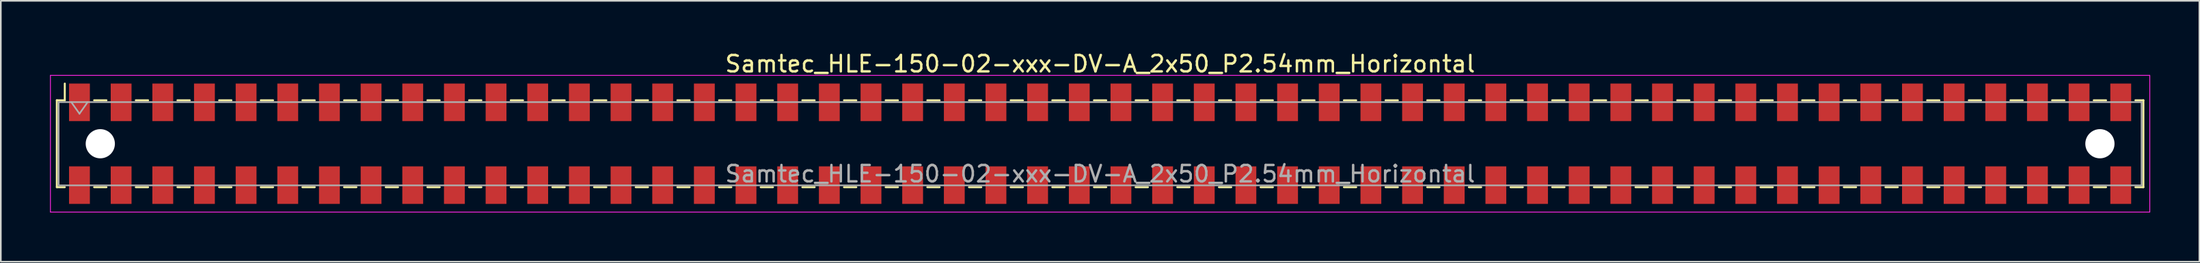
<source format=kicad_pcb>
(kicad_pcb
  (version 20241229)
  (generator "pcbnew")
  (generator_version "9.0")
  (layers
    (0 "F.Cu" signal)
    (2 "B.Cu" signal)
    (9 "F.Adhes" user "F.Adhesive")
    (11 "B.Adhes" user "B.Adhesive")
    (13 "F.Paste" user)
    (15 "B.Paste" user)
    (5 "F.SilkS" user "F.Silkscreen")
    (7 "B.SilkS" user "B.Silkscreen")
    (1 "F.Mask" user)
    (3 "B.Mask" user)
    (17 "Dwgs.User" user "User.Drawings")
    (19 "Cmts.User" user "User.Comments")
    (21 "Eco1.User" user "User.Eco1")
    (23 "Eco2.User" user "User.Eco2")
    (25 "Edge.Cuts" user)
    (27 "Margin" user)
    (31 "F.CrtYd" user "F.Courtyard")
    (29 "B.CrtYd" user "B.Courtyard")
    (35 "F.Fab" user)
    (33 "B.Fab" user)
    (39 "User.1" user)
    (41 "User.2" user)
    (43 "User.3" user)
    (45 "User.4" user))
  (footprint "Samtec_HLE-150-02-xxx-DV-A_2x50_P2.54mm_Horizontal"
    (layer "F.Cu")
    (at 64.025 5.718)
    (property "Reference" "Samtec_HLE-150-02-xxx-DV-A_2x50_P2.54mm_Horizontal" (at 0 -4.87 0) (layer "F.SilkS") (effects (font (size 1 1) (thickness 0.15))))
    (attr smd)
    (fp_line (start -63.61 -2.65) (end -63.61 2.65) (stroke (width 0.12) (type solid)) (layer "F.SilkS"))
    (fp_line (start -63.61 2.65) (end -63.125 2.65) (stroke (width 0.12) (type solid)) (layer "F.SilkS"))
    (fp_line (start -63.125 -3.67) (end -63.125 -2.65) (stroke (width 0.12) (type solid)) (layer "F.SilkS"))
    (fp_line (start -63.125 -2.65) (end -63.61 -2.65) (stroke (width 0.12) (type solid)) (layer "F.SilkS"))
    (fp_line (start -61.335 -2.65) (end -60.585 -2.65) (stroke (width 0.12) (type solid)) (layer "F.SilkS"))
    (fp_line (start -61.335 2.65) (end -60.585 2.65) (stroke (width 0.12) (type solid)) (layer "F.SilkS"))
    (fp_line (start -58.795 -2.65) (end -58.045 -2.65) (stroke (width 0.12) (type solid)) (layer "F.SilkS"))
    (fp_line (start -58.795 2.65) (end -58.045 2.65) (stroke (width 0.12) (type solid)) (layer "F.SilkS"))
    (fp_line (start -56.255 -2.65) (end -55.505 -2.65) (stroke (width 0.12) (type solid)) (layer "F.SilkS"))
    (fp_line (start -56.255 2.65) (end -55.505 2.65) (stroke (width 0.12) (type solid)) (layer "F.SilkS"))
    (fp_line (start -53.715 -2.65) (end -52.965 -2.65) (stroke (width 0.12) (type solid)) (layer "F.SilkS"))
    (fp_line (start -53.715 2.65) (end -52.965 2.65) (stroke (width 0.12) (type solid)) (layer "F.SilkS"))
    (fp_line (start -51.175 -2.65) (end -50.425 -2.65) (stroke (width 0.12) (type solid)) (layer "F.SilkS"))
    (fp_line (start -51.175 2.65) (end -50.425 2.65) (stroke (width 0.12) (type solid)) (layer "F.SilkS"))
    (fp_line (start -48.635 -2.65) (end -47.885 -2.65) (stroke (width 0.12) (type solid)) (layer "F.SilkS"))
    (fp_line (start -48.635 2.65) (end -47.885 2.65) (stroke (width 0.12) (type solid)) (layer "F.SilkS"))
    (fp_line (start -46.095 -2.65) (end -45.345 -2.65) (stroke (width 0.12) (type solid)) (layer "F.SilkS"))
    (fp_line (start -46.095 2.65) (end -45.345 2.65) (stroke (width 0.12) (type solid)) (layer "F.SilkS"))
    (fp_line (start -43.555 -2.65) (end -42.805 -2.65) (stroke (width 0.12) (type solid)) (layer "F.SilkS"))
    (fp_line (start -43.555 2.65) (end -42.805 2.65) (stroke (width 0.12) (type solid)) (layer "F.SilkS"))
    (fp_line (start -41.015 -2.65) (end -40.265 -2.65) (stroke (width 0.12) (type solid)) (layer "F.SilkS"))
    (fp_line (start -41.015 2.65) (end -40.265 2.65) (stroke (width 0.12) (type solid)) (layer "F.SilkS"))
    (fp_line (start -38.475 -2.65) (end -37.725 -2.65) (stroke (width 0.12) (type solid)) (layer "F.SilkS"))
    (fp_line (start -38.475 2.65) (end -37.725 2.65) (stroke (width 0.12) (type solid)) (layer "F.SilkS"))
    (fp_line (start -35.935 -2.65) (end -35.185 -2.65) (stroke (width 0.12) (type solid)) (layer "F.SilkS"))
    (fp_line (start -35.935 2.65) (end -35.185 2.65) (stroke (width 0.12) (type solid)) (layer "F.SilkS"))
    (fp_line (start -33.395 -2.65) (end -32.645 -2.65) (stroke (width 0.12) (type solid)) (layer "F.SilkS"))
    (fp_line (start -33.395 2.65) (end -32.645 2.65) (stroke (width 0.12) (type solid)) (layer "F.SilkS"))
    (fp_line (start -30.855 -2.65) (end -30.105 -2.65) (stroke (width 0.12) (type solid)) (layer "F.SilkS"))
    (fp_line (start -30.855 2.65) (end -30.105 2.65) (stroke (width 0.12) (type solid)) (layer "F.SilkS"))
    (fp_line (start -28.315 -2.65) (end -27.565 -2.65) (stroke (width 0.12) (type solid)) (layer "F.SilkS"))
    (fp_line (start -28.315 2.65) (end -27.565 2.65) (stroke (width 0.12) (type solid)) (layer "F.SilkS"))
    (fp_line (start -25.775 -2.65) (end -25.025 -2.65) (stroke (width 0.12) (type solid)) (layer "F.SilkS"))
    (fp_line (start -25.775 2.65) (end -25.025 2.65) (stroke (width 0.12) (type solid)) (layer "F.SilkS"))
    (fp_line (start -23.235 -2.65) (end -22.485 -2.65) (stroke (width 0.12) (type solid)) (layer "F.SilkS"))
    (fp_line (start -23.235 2.65) (end -22.485 2.65) (stroke (width 0.12) (type solid)) (layer "F.SilkS"))
    (fp_line (start -20.695 -2.65) (end -19.945 -2.65) (stroke (width 0.12) (type solid)) (layer "F.SilkS"))
    (fp_line (start -20.695 2.65) (end -19.945 2.65) (stroke (width 0.12) (type solid)) (layer "F.SilkS"))
    (fp_line (start -18.155 -2.65) (end -17.405 -2.65) (stroke (width 0.12) (type solid)) (layer "F.SilkS"))
    (fp_line (start -18.155 2.65) (end -17.405 2.65) (stroke (width 0.12) (type solid)) (layer "F.SilkS"))
    (fp_line (start -15.615 -2.65) (end -14.865 -2.65) (stroke (width 0.12) (type solid)) (layer "F.SilkS"))
    (fp_line (start -15.615 2.65) (end -14.865 2.65) (stroke (width 0.12) (type solid)) (layer "F.SilkS"))
    (fp_line (start -13.075 -2.65) (end -12.325 -2.65) (stroke (width 0.12) (type solid)) (layer "F.SilkS"))
    (fp_line (start -13.075 2.65) (end -12.325 2.65) (stroke (width 0.12) (type solid)) (layer "F.SilkS"))
    (fp_line (start -10.535 -2.65) (end -9.785 -2.65) (stroke (width 0.12) (type solid)) (layer "F.SilkS"))
    (fp_line (start -10.535 2.65) (end -9.785 2.65) (stroke (width 0.12) (type solid)) (layer "F.SilkS"))
    (fp_line (start -7.995 -2.65) (end -7.245 -2.65) (stroke (width 0.12) (type solid)) (layer "F.SilkS"))
    (fp_line (start -7.995 2.65) (end -7.245 2.65) (stroke (width 0.12) (type solid)) (layer "F.SilkS"))
    (fp_line (start -5.455 -2.65) (end -4.705 -2.65) (stroke (width 0.12) (type solid)) (layer "F.SilkS"))
    (fp_line (start -5.455 2.65) (end -4.705 2.65) (stroke (width 0.12) (type solid)) (layer "F.SilkS"))
    (fp_line (start -2.915 -2.65) (end -2.165 -2.65) (stroke (width 0.12) (type solid)) (layer "F.SilkS"))
    (fp_line (start -2.915 2.65) (end -2.165 2.65) (stroke (width 0.12) (type solid)) (layer "F.SilkS"))
    (fp_line (start -0.375 -2.65) (end 0.375 -2.65) (stroke (width 0.12) (type solid)) (layer "F.SilkS"))
    (fp_line (start -0.375 2.65) (end 0.375 2.65) (stroke (width 0.12) (type solid)) (layer "F.SilkS"))
    (fp_line (start 2.165 -2.65) (end 2.915 -2.65) (stroke (width 0.12) (type solid)) (layer "F.SilkS"))
    (fp_line (start 2.165 2.65) (end 2.915 2.65) (stroke (width 0.12) (type solid)) (layer "F.SilkS"))
    (fp_line (start 4.705 -2.65) (end 5.455 -2.65) (stroke (width 0.12) (type solid)) (layer "F.SilkS"))
    (fp_line (start 4.705 2.65) (end 5.455 2.65) (stroke (width 0.12) (type solid)) (layer "F.SilkS"))
    (fp_line (start 7.245 -2.65) (end 7.995 -2.65) (stroke (width 0.12) (type solid)) (layer "F.SilkS"))
    (fp_line (start 7.245 2.65) (end 7.995 2.65) (stroke (width 0.12) (type solid)) (layer "F.SilkS"))
    (fp_line (start 9.785 -2.65) (end 10.535 -2.65) (stroke (width 0.12) (type solid)) (layer "F.SilkS"))
    (fp_line (start 9.785 2.65) (end 10.535 2.65) (stroke (width 0.12) (type solid)) (layer "F.SilkS"))
    (fp_line (start 12.325 -2.65) (end 13.075 -2.65) (stroke (width 0.12) (type solid)) (layer "F.SilkS"))
    (fp_line (start 12.325 2.65) (end 13.075 2.65) (stroke (width 0.12) (type solid)) (layer "F.SilkS"))
    (fp_line (start 14.865 -2.65) (end 15.615 -2.65) (stroke (width 0.12) (type solid)) (layer "F.SilkS"))
    (fp_line (start 14.865 2.65) (end 15.615 2.65) (stroke (width 0.12) (type solid)) (layer "F.SilkS"))
    (fp_line (start 17.405 -2.65) (end 18.155 -2.65) (stroke (width 0.12) (type solid)) (layer "F.SilkS"))
    (fp_line (start 17.405 2.65) (end 18.155 2.65) (stroke (width 0.12) (type solid)) (layer "F.SilkS"))
    (fp_line (start 19.945 -2.65) (end 20.695 -2.65) (stroke (width 0.12) (type solid)) (layer "F.SilkS"))
    (fp_line (start 19.945 2.65) (end 20.695 2.65) (stroke (width 0.12) (type solid)) (layer "F.SilkS"))
    (fp_line (start 22.485 -2.65) (end 23.235 -2.65) (stroke (width 0.12) (type solid)) (layer "F.SilkS"))
    (fp_line (start 22.485 2.65) (end 23.235 2.65) (stroke (width 0.12) (type solid)) (layer "F.SilkS"))
    (fp_line (start 25.025 -2.65) (end 25.775 -2.65) (stroke (width 0.12) (type solid)) (layer "F.SilkS"))
    (fp_line (start 25.025 2.65) (end 25.775 2.65) (stroke (width 0.12) (type solid)) (layer "F.SilkS"))
    (fp_line (start 27.565 -2.65) (end 28.315 -2.65) (stroke (width 0.12) (type solid)) (layer "F.SilkS"))
    (fp_line (start 27.565 2.65) (end 28.315 2.65) (stroke (width 0.12) (type solid)) (layer "F.SilkS"))
    (fp_line (start 30.105 -2.65) (end 30.855 -2.65) (stroke (width 0.12) (type solid)) (layer "F.SilkS"))
    (fp_line (start 30.105 2.65) (end 30.855 2.65) (stroke (width 0.12) (type solid)) (layer "F.SilkS"))
    (fp_line (start 32.645 -2.65) (end 33.395 -2.65) (stroke (width 0.12) (type solid)) (layer "F.SilkS"))
    (fp_line (start 32.645 2.65) (end 33.395 2.65) (stroke (width 0.12) (type solid)) (layer "F.SilkS"))
    (fp_line (start 35.185 -2.65) (end 35.935 -2.65) (stroke (width 0.12) (type solid)) (layer "F.SilkS"))
    (fp_line (start 35.185 2.65) (end 35.935 2.65) (stroke (width 0.12) (type solid)) (layer "F.SilkS"))
    (fp_line (start 37.725 -2.65) (end 38.475 -2.65) (stroke (width 0.12) (type solid)) (layer "F.SilkS"))
    (fp_line (start 37.725 2.65) (end 38.475 2.65) (stroke (width 0.12) (type solid)) (layer "F.SilkS"))
    (fp_line (start 40.265 -2.65) (end 41.015 -2.65) (stroke (width 0.12) (type solid)) (layer "F.SilkS"))
    (fp_line (start 40.265 2.65) (end 41.015 2.65) (stroke (width 0.12) (type solid)) (layer "F.SilkS"))
    (fp_line (start 42.805 -2.65) (end 43.555 -2.65) (stroke (width 0.12) (type solid)) (layer "F.SilkS"))
    (fp_line (start 42.805 2.65) (end 43.555 2.65) (stroke (width 0.12) (type solid)) (layer "F.SilkS"))
    (fp_line (start 45.345 -2.65) (end 46.095 -2.65) (stroke (width 0.12) (type solid)) (layer "F.SilkS"))
    (fp_line (start 45.345 2.65) (end 46.095 2.65) (stroke (width 0.12) (type solid)) (layer "F.SilkS"))
    (fp_line (start 47.885 -2.65) (end 48.635 -2.65) (stroke (width 0.12) (type solid)) (layer "F.SilkS"))
    (fp_line (start 47.885 2.65) (end 48.635 2.65) (stroke (width 0.12) (type solid)) (layer "F.SilkS"))
    (fp_line (start 50.425 -2.65) (end 51.175 -2.65) (stroke (width 0.12) (type solid)) (layer "F.SilkS"))
    (fp_line (start 50.425 2.65) (end 51.175 2.65) (stroke (width 0.12) (type solid)) (layer "F.SilkS"))
    (fp_line (start 52.965 -2.65) (end 53.715 -2.65) (stroke (width 0.12) (type solid)) (layer "F.SilkS"))
    (fp_line (start 52.965 2.65) (end 53.715 2.65) (stroke (width 0.12) (type solid)) (layer "F.SilkS"))
    (fp_line (start 55.505 -2.65) (end 56.255 -2.65) (stroke (width 0.12) (type solid)) (layer "F.SilkS"))
    (fp_line (start 55.505 2.65) (end 56.255 2.65) (stroke (width 0.12) (type solid)) (layer "F.SilkS"))
    (fp_line (start 58.045 -2.65) (end 58.795 -2.65) (stroke (width 0.12) (type solid)) (layer "F.SilkS"))
    (fp_line (start 58.045 2.65) (end 58.795 2.65) (stroke (width 0.12) (type solid)) (layer "F.SilkS"))
    (fp_line (start 60.585 -2.65) (end 61.335 -2.65) (stroke (width 0.12) (type solid)) (layer "F.SilkS"))
    (fp_line (start 60.585 2.65) (end 61.335 2.65) (stroke (width 0.12) (type solid)) (layer "F.SilkS"))
    (fp_line (start 63.125 -2.65) (end 63.61 -2.65) (stroke (width 0.12) (type solid)) (layer "F.SilkS"))
    (fp_line (start 63.61 -2.65) (end 63.61 2.65) (stroke (width 0.12) (type solid)) (layer "F.SilkS"))
    (fp_line (start 63.61 2.65) (end 63.125 2.65) (stroke (width 0.12) (type solid)) (layer "F.SilkS"))
    (fp_line (start -64 -4.17) (end 64 -4.17) (stroke (width 0.05) (type solid)) (layer "F.CrtYd"))
    (fp_line (start -64 4.17) (end -64 -4.17) (stroke (width 0.05) (type solid)) (layer "F.CrtYd"))
    (fp_line (start 64 -4.17) (end 64 4.17) (stroke (width 0.05) (type solid)) (layer "F.CrtYd"))
    (fp_line (start 64 4.17) (end -64 4.17) (stroke (width 0.05) (type solid)) (layer "F.CrtYd"))
    (fp_line (start -63.5 -2.54) (end 63.5 -2.54) (stroke (width 0.1) (type solid)) (layer "F.Fab"))
    (fp_line (start -63.5 2.54) (end -63.5 -2.54) (stroke (width 0.1) (type solid)) (layer "F.Fab"))
    (fp_line (start -62.73 -2.54) (end -62.23 -1.833) (stroke (width 0.1) (type solid)) (layer "F.Fab"))
    (fp_line (start -62.23 -1.833) (end -61.73 -2.54) (stroke (width 0.1) (type solid)) (layer "F.Fab"))
    (fp_line (start 63.5 -2.54) (end 63.5 2.54) (stroke (width 0.1) (type solid)) (layer "F.Fab"))
    (fp_line (start 63.5 2.54) (end -63.5 2.54) (stroke (width 0.1) (type solid)) (layer "F.Fab"))
    (fp_text user "${REFERENCE}" (at 0 1.84 0) (layer "F.Fab") (effects (font (size 1 1) (thickness 0.15))))
    (pad "" np_thru_hole circle (at -60.96 0) (size 1.78 1.78) (drill 1.78) (layers "*.Cu" "*.Mask"))
    (pad "" np_thru_hole circle (at 60.96 0) (size 1.78 1.78) (drill 1.78) (layers "*.Cu" "*.Mask"))
    (pad "1" smd rect (at -62.23 -2.525) (size 1.27 2.29) (layers "F.Cu" "F.Mask" "F.Paste"))
    (pad "2" smd rect (at -62.23 2.525) (size 1.27 2.29) (layers "F.Cu" "F.Mask" "F.Paste"))
    (pad "3" smd rect (at -59.69 -2.525) (size 1.27 2.29) (layers "F.Cu" "F.Mask" "F.Paste"))
    (pad "4" smd rect (at -59.69 2.525) (size 1.27 2.29) (layers "F.Cu" "F.Mask" "F.Paste"))
    (pad "5" smd rect (at -57.15 -2.525) (size 1.27 2.29) (layers "F.Cu" "F.Mask" "F.Paste"))
    (pad "6" smd rect (at -57.15 2.525) (size 1.27 2.29) (layers "F.Cu" "F.Mask" "F.Paste"))
    (pad "7" smd rect (at -54.61 -2.525) (size 1.27 2.29) (layers "F.Cu" "F.Mask" "F.Paste"))
    (pad "8" smd rect (at -54.61 2.525) (size 1.27 2.29) (layers "F.Cu" "F.Mask" "F.Paste"))
    (pad "9" smd rect (at -52.07 -2.525) (size 1.27 2.29) (layers "F.Cu" "F.Mask" "F.Paste"))
    (pad "10" smd rect (at -52.07 2.525) (size 1.27 2.29) (layers "F.Cu" "F.Mask" "F.Paste"))
    (pad "11" smd rect (at -49.53 -2.525) (size 1.27 2.29) (layers "F.Cu" "F.Mask" "F.Paste"))
    (pad "12" smd rect (at -49.53 2.525) (size 1.27 2.29) (layers "F.Cu" "F.Mask" "F.Paste"))
    (pad "13" smd rect (at -46.99 -2.525) (size 1.27 2.29) (layers "F.Cu" "F.Mask" "F.Paste"))
    (pad "14" smd rect (at -46.99 2.525) (size 1.27 2.29) (layers "F.Cu" "F.Mask" "F.Paste"))
    (pad "15" smd rect (at -44.45 -2.525) (size 1.27 2.29) (layers "F.Cu" "F.Mask" "F.Paste"))
    (pad "16" smd rect (at -44.45 2.525) (size 1.27 2.29) (layers "F.Cu" "F.Mask" "F.Paste"))
    (pad "17" smd rect (at -41.91 -2.525) (size 1.27 2.29) (layers "F.Cu" "F.Mask" "F.Paste"))
    (pad "18" smd rect (at -41.91 2.525) (size 1.27 2.29) (layers "F.Cu" "F.Mask" "F.Paste"))
    (pad "19" smd rect (at -39.37 -2.525) (size 1.27 2.29) (layers "F.Cu" "F.Mask" "F.Paste"))
    (pad "20" smd rect (at -39.37 2.525) (size 1.27 2.29) (layers "F.Cu" "F.Mask" "F.Paste"))
    (pad "21" smd rect (at -36.83 -2.525) (size 1.27 2.29) (layers "F.Cu" "F.Mask" "F.Paste"))
    (pad "22" smd rect (at -36.83 2.525) (size 1.27 2.29) (layers "F.Cu" "F.Mask" "F.Paste"))
    (pad "23" smd rect (at -34.29 -2.525) (size 1.27 2.29) (layers "F.Cu" "F.Mask" "F.Paste"))
    (pad "24" smd rect (at -34.29 2.525) (size 1.27 2.29) (layers "F.Cu" "F.Mask" "F.Paste"))
    (pad "25" smd rect (at -31.75 -2.525) (size 1.27 2.29) (layers "F.Cu" "F.Mask" "F.Paste"))
    (pad "26" smd rect (at -31.75 2.525) (size 1.27 2.29) (layers "F.Cu" "F.Mask" "F.Paste"))
    (pad "27" smd rect (at -29.21 -2.525) (size 1.27 2.29) (layers "F.Cu" "F.Mask" "F.Paste"))
    (pad "28" smd rect (at -29.21 2.525) (size 1.27 2.29) (layers "F.Cu" "F.Mask" "F.Paste"))
    (pad "29" smd rect (at -26.67 -2.525) (size 1.27 2.29) (layers "F.Cu" "F.Mask" "F.Paste"))
    (pad "30" smd rect (at -26.67 2.525) (size 1.27 2.29) (layers "F.Cu" "F.Mask" "F.Paste"))
    (pad "31" smd rect (at -24.13 -2.525) (size 1.27 2.29) (layers "F.Cu" "F.Mask" "F.Paste"))
    (pad "32" smd rect (at -24.13 2.525) (size 1.27 2.29) (layers "F.Cu" "F.Mask" "F.Paste"))
    (pad "33" smd rect (at -21.59 -2.525) (size 1.27 2.29) (layers "F.Cu" "F.Mask" "F.Paste"))
    (pad "34" smd rect (at -21.59 2.525) (size 1.27 2.29) (layers "F.Cu" "F.Mask" "F.Paste"))
    (pad "35" smd rect (at -19.05 -2.525) (size 1.27 2.29) (layers "F.Cu" "F.Mask" "F.Paste"))
    (pad "36" smd rect (at -19.05 2.525) (size 1.27 2.29) (layers "F.Cu" "F.Mask" "F.Paste"))
    (pad "37" smd rect (at -16.51 -2.525) (size 1.27 2.29) (layers "F.Cu" "F.Mask" "F.Paste"))
    (pad "38" smd rect (at -16.51 2.525) (size 1.27 2.29) (layers "F.Cu" "F.Mask" "F.Paste"))
    (pad "39" smd rect (at -13.97 -2.525) (size 1.27 2.29) (layers "F.Cu" "F.Mask" "F.Paste"))
    (pad "40" smd rect (at -13.97 2.525) (size 1.27 2.29) (layers "F.Cu" "F.Mask" "F.Paste"))
    (pad "41" smd rect (at -11.43 -2.525) (size 1.27 2.29) (layers "F.Cu" "F.Mask" "F.Paste"))
    (pad "42" smd rect (at -11.43 2.525) (size 1.27 2.29) (layers "F.Cu" "F.Mask" "F.Paste"))
    (pad "43" smd rect (at -8.89 -2.525) (size 1.27 2.29) (layers "F.Cu" "F.Mask" "F.Paste"))
    (pad "44" smd rect (at -8.89 2.525) (size 1.27 2.29) (layers "F.Cu" "F.Mask" "F.Paste"))
    (pad "45" smd rect (at -6.35 -2.525) (size 1.27 2.29) (layers "F.Cu" "F.Mask" "F.Paste"))
    (pad "46" smd rect (at -6.35 2.525) (size 1.27 2.29) (layers "F.Cu" "F.Mask" "F.Paste"))
    (pad "47" smd rect (at -3.81 -2.525) (size 1.27 2.29) (layers "F.Cu" "F.Mask" "F.Paste"))
    (pad "48" smd rect (at -3.81 2.525) (size 1.27 2.29) (layers "F.Cu" "F.Mask" "F.Paste"))
    (pad "49" smd rect (at -1.27 -2.525) (size 1.27 2.29) (layers "F.Cu" "F.Mask" "F.Paste"))
    (pad "50" smd rect (at -1.27 2.525) (size 1.27 2.29) (layers "F.Cu" "F.Mask" "F.Paste"))
    (pad "51" smd rect (at 1.27 -2.525) (size 1.27 2.29) (layers "F.Cu" "F.Mask" "F.Paste"))
    (pad "52" smd rect (at 1.27 2.525) (size 1.27 2.29) (layers "F.Cu" "F.Mask" "F.Paste"))
    (pad "53" smd rect (at 3.81 -2.525) (size 1.27 2.29) (layers "F.Cu" "F.Mask" "F.Paste"))
    (pad "54" smd rect (at 3.81 2.525) (size 1.27 2.29) (layers "F.Cu" "F.Mask" "F.Paste"))
    (pad "55" smd rect (at 6.35 -2.525) (size 1.27 2.29) (layers "F.Cu" "F.Mask" "F.Paste"))
    (pad "56" smd rect (at 6.35 2.525) (size 1.27 2.29) (layers "F.Cu" "F.Mask" "F.Paste"))
    (pad "57" smd rect (at 8.89 -2.525) (size 1.27 2.29) (layers "F.Cu" "F.Mask" "F.Paste"))
    (pad "58" smd rect (at 8.89 2.525) (size 1.27 2.29) (layers "F.Cu" "F.Mask" "F.Paste"))
    (pad "59" smd rect (at 11.43 -2.525) (size 1.27 2.29) (layers "F.Cu" "F.Mask" "F.Paste"))
    (pad "60" smd rect (at 11.43 2.525) (size 1.27 2.29) (layers "F.Cu" "F.Mask" "F.Paste"))
    (pad "61" smd rect (at 13.97 -2.525) (size 1.27 2.29) (layers "F.Cu" "F.Mask" "F.Paste"))
    (pad "62" smd rect (at 13.97 2.525) (size 1.27 2.29) (layers "F.Cu" "F.Mask" "F.Paste"))
    (pad "63" smd rect (at 16.51 -2.525) (size 1.27 2.29) (layers "F.Cu" "F.Mask" "F.Paste"))
    (pad "64" smd rect (at 16.51 2.525) (size 1.27 2.29) (layers "F.Cu" "F.Mask" "F.Paste"))
    (pad "65" smd rect (at 19.05 -2.525) (size 1.27 2.29) (layers "F.Cu" "F.Mask" "F.Paste"))
    (pad "66" smd rect (at 19.05 2.525) (size 1.27 2.29) (layers "F.Cu" "F.Mask" "F.Paste"))
    (pad "67" smd rect (at 21.59 -2.525) (size 1.27 2.29) (layers "F.Cu" "F.Mask" "F.Paste"))
    (pad "68" smd rect (at 21.59 2.525) (size 1.27 2.29) (layers "F.Cu" "F.Mask" "F.Paste"))
    (pad "69" smd rect (at 24.13 -2.525) (size 1.27 2.29) (layers "F.Cu" "F.Mask" "F.Paste"))
    (pad "70" smd rect (at 24.13 2.525) (size 1.27 2.29) (layers "F.Cu" "F.Mask" "F.Paste"))
    (pad "71" smd rect (at 26.67 -2.525) (size 1.27 2.29) (layers "F.Cu" "F.Mask" "F.Paste"))
    (pad "72" smd rect (at 26.67 2.525) (size 1.27 2.29) (layers "F.Cu" "F.Mask" "F.Paste"))
    (pad "73" smd rect (at 29.21 -2.525) (size 1.27 2.29) (layers "F.Cu" "F.Mask" "F.Paste"))
    (pad "74" smd rect (at 29.21 2.525) (size 1.27 2.29) (layers "F.Cu" "F.Mask" "F.Paste"))
    (pad "75" smd rect (at 31.75 -2.525) (size 1.27 2.29) (layers "F.Cu" "F.Mask" "F.Paste"))
    (pad "76" smd rect (at 31.75 2.525) (size 1.27 2.29) (layers "F.Cu" "F.Mask" "F.Paste"))
    (pad "77" smd rect (at 34.29 -2.525) (size 1.27 2.29) (layers "F.Cu" "F.Mask" "F.Paste"))
    (pad "78" smd rect (at 34.29 2.525) (size 1.27 2.29) (layers "F.Cu" "F.Mask" "F.Paste"))
    (pad "79" smd rect (at 36.83 -2.525) (size 1.27 2.29) (layers "F.Cu" "F.Mask" "F.Paste"))
    (pad "80" smd rect (at 36.83 2.525) (size 1.27 2.29) (layers "F.Cu" "F.Mask" "F.Paste"))
    (pad "81" smd rect (at 39.37 -2.525) (size 1.27 2.29) (layers "F.Cu" "F.Mask" "F.Paste"))
    (pad "82" smd rect (at 39.37 2.525) (size 1.27 2.29) (layers "F.Cu" "F.Mask" "F.Paste"))
    (pad "83" smd rect (at 41.91 -2.525) (size 1.27 2.29) (layers "F.Cu" "F.Mask" "F.Paste"))
    (pad "84" smd rect (at 41.91 2.525) (size 1.27 2.29) (layers "F.Cu" "F.Mask" "F.Paste"))
    (pad "85" smd rect (at 44.45 -2.525) (size 1.27 2.29) (layers "F.Cu" "F.Mask" "F.Paste"))
    (pad "86" smd rect (at 44.45 2.525) (size 1.27 2.29) (layers "F.Cu" "F.Mask" "F.Paste"))
    (pad "87" smd rect (at 46.99 -2.525) (size 1.27 2.29) (layers "F.Cu" "F.Mask" "F.Paste"))
    (pad "88" smd rect (at 46.99 2.525) (size 1.27 2.29) (layers "F.Cu" "F.Mask" "F.Paste"))
    (pad "89" smd rect (at 49.53 -2.525) (size 1.27 2.29) (layers "F.Cu" "F.Mask" "F.Paste"))
    (pad "90" smd rect (at 49.53 2.525) (size 1.27 2.29) (layers "F.Cu" "F.Mask" "F.Paste"))
    (pad "91" smd rect (at 52.07 -2.525) (size 1.27 2.29) (layers "F.Cu" "F.Mask" "F.Paste"))
    (pad "92" smd rect (at 52.07 2.525) (size 1.27 2.29) (layers "F.Cu" "F.Mask" "F.Paste"))
    (pad "93" smd rect (at 54.61 -2.525) (size 1.27 2.29) (layers "F.Cu" "F.Mask" "F.Paste"))
    (pad "94" smd rect (at 54.61 2.525) (size 1.27 2.29) (layers "F.Cu" "F.Mask" "F.Paste"))
    (pad "95" smd rect (at 57.15 -2.525) (size 1.27 2.29) (layers "F.Cu" "F.Mask" "F.Paste"))
    (pad "96" smd rect (at 57.15 2.525) (size 1.27 2.29) (layers "F.Cu" "F.Mask" "F.Paste"))
    (pad "97" smd rect (at 59.69 -2.525) (size 1.27 2.29) (layers "F.Cu" "F.Mask" "F.Paste"))
    (pad "98" smd rect (at 59.69 2.525) (size 1.27 2.29) (layers "F.Cu" "F.Mask" "F.Paste"))
    (pad "99" smd rect (at 62.23 -2.525) (size 1.27 2.29) (layers "F.Cu" "F.Mask" "F.Paste"))
    (pad "100" smd rect (at 62.23 2.525) (size 1.27 2.29) (layers "F.Cu" "F.Mask" "F.Paste")))
  (gr_rect
    (start -3 -3)
    (end 131.05 12.913)
    (stroke (width 0.1) (type default))
    (fill no)
    (layer "Edge.Cuts")))
</source>
